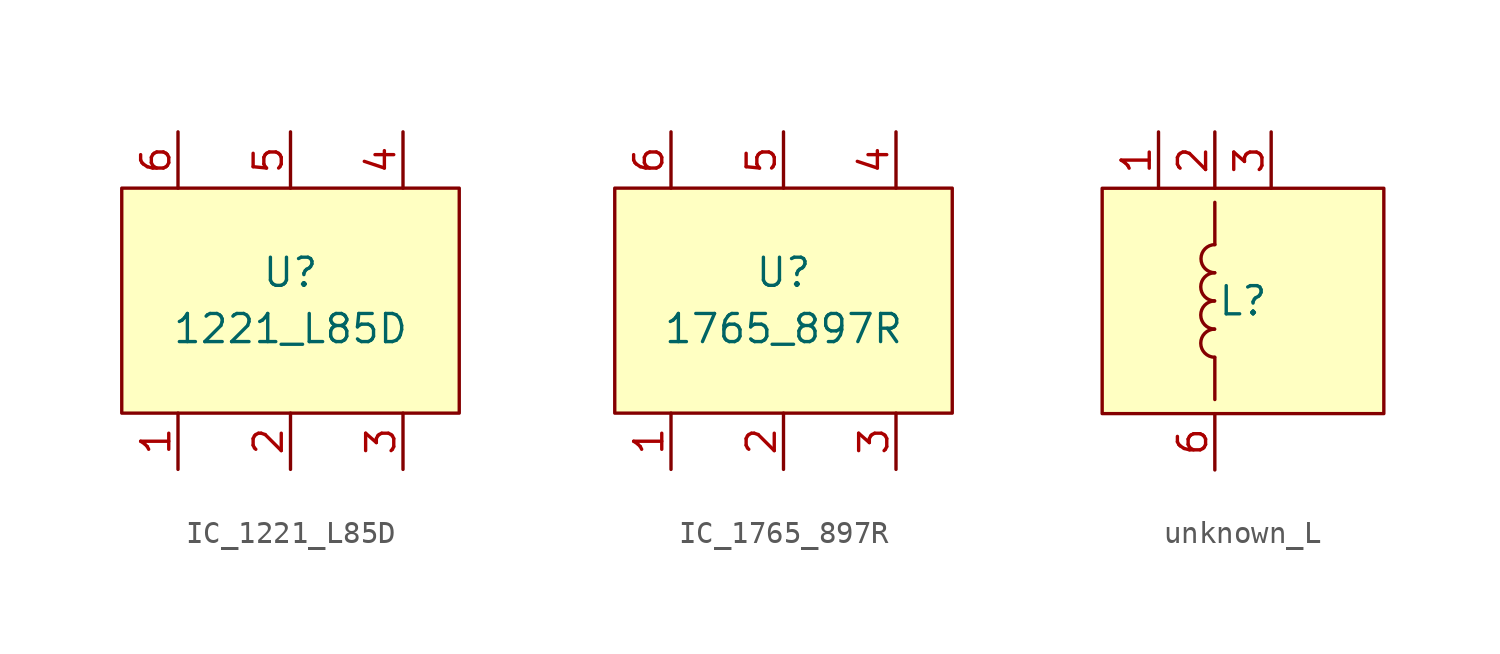
<source format=kicad_sym>
(kicad_symbol_lib
  (version 20220914)
  (generator kicad_symbol_editor)
  (symbol "IC_1221_L85D"
    (property "Reference" "U"
      (at 0 1.27 0)
      (effects (font (size 1.27 1.27))))
    (property "Value" "1221_L85D"
      (at 0 -1.27 0)
      (effects (font (size 1.27 1.27))))
    (symbol "IC_1221_L85D_1_1"
      (rectangle (start -7.62 5.08) (end 7.62 -5.08) (stroke (width 0) (type default)) (fill (type background)))
      (pin unspecified line (at -5.08 -7.62 90) (length 2.54) (name "" (effects (font (size 1.27 1.27)))) (number "1" (effects (font (size 1.27 1.27)))))
      (pin unspecified line (at 0 -7.62 90) (length 2.54) (name "" (effects (font (size 1.27 1.27)))) (number "2" (effects (font (size 1.27 1.27)))))
      (pin unspecified line (at 5.08 -7.62 90) (length 2.54) (name "" (effects (font (size 1.27 1.27)))) (number "3" (effects (font (size 1.27 1.27)))))
      (pin unspecified line (at 5.08 7.62 270) (length 2.54) (name "" (effects (font (size 1.27 1.27)))) (number "4" (effects (font (size 1.27 1.27)))))
      (pin unspecified line (at 0 7.62 270) (length 2.54) (name "" (effects (font (size 1.27 1.27)))) (number "5" (effects (font (size 1.27 1.27)))))
      (pin unspecified line (at -5.08 7.62 270) (length 2.54) (name "" (effects (font (size 1.27 1.27)))) (number "6" (effects (font (size 1.27 1.27)))))))
  (symbol "IC_1765_897R"
    (property "Reference" "U"
      (at 0 1.27 0)
      (effects (font (size 1.27 1.27))))
    (property "Value" "1765_897R"
      (at 0 -1.27 0)
      (effects (font (size 1.27 1.27))))
    (symbol "IC_1765_897R_1_1"
      (rectangle (start -7.62 5.08) (end 7.62 -5.08) (stroke (width 0) (type default)) (fill (type background)))
      (pin unspecified line (at -5.08 -7.62 90) (length 2.54) (name "" (effects (font (size 1.27 1.27)))) (number "1" (effects (font (size 1.27 1.27)))))
      (pin unspecified line (at 0 -7.62 90) (length 2.54) (name "" (effects (font (size 1.27 1.27)))) (number "2" (effects (font (size 1.27 1.27)))))
      (pin unspecified line (at 5.08 -7.62 90) (length 2.54) (name "" (effects (font (size 1.27 1.27)))) (number "3" (effects (font (size 1.27 1.27)))))
      (pin unspecified line (at 5.08 7.62 270) (length 2.54) (name "" (effects (font (size 1.27 1.27)))) (number "4" (effects (font (size 1.27 1.27)))))
      (pin unspecified line (at 0 7.62 270) (length 2.54) (name "" (effects (font (size 1.27 1.27)))) (number "5" (effects (font (size 1.27 1.27)))))
      (pin unspecified line (at -5.08 7.62 270) (length 2.54) (name "" (effects (font (size 1.27 1.27)))) (number "6" (effects (font (size 1.27 1.27)))))))
  (symbol "unknown_L"
    (property "Reference" "L"
      (at 0 0 0)
      (effects (font (size 1.27 1.27))))
    (property "Value" ""
      (at 0 0 0)
      (effects (font (size 1.27 1.27))))
    (symbol "unknown_L_0_1"
      (arc (start -1.2813 -1.27) (mid -1.9051 -1.905) (end -1.2813 -2.54) (stroke (width 0) (type default)) (fill (type none)))
      (arc (start -1.2813 0) (mid -1.9051 -0.635) (end -1.2813 -1.27) (stroke (width 0) (type default)) (fill (type none)))
      (arc (start -1.2813 1.27) (mid -1.9051 0.635) (end -1.2813 0) (stroke (width 0) (type default)) (fill (type none)))
      (arc (start -1.27 2.54) (mid -1.8938 1.905) (end -1.27 1.27) (stroke (width 0) (type default)) (fill (type none)))
      (polyline (pts (xy -1.27 -2.54) (xy -1.27 -4.445)) (stroke (width 0) (type default)) (fill (type none)))
      (polyline (pts (xy -1.27 2.54) (xy -1.27 4.445)) (stroke (width 0) (type default)) (fill (type none))))
    (symbol "unknown_L_1_1"
      (rectangle (start -6.35 5.08) (end 6.35 -5.08) (stroke (width 0) (type default)) (fill (type background)))
      (pin unspecified line (at -3.81 7.62 270) (length 2.54) (name "" (effects (font (size 1.27 1.27)))) (number "1" (effects (font (size 1.27 1.27)))))
      (pin unspecified line (at -1.27 7.62 270) (length 2.54) (name "" (effects (font (size 1.27 1.27)))) (number "2" (effects (font (size 1.27 1.27)))))
      (pin unspecified line (at 1.27 7.62 270) (length 2.54) (name "" (effects (font (size 1.27 1.27)))) (number "3" (effects (font (size 1.27 1.27)))))
      (pin no_connect line (at 3.81 7.62 270) (length 2.54) hide (name "" (effects (font (size 1.27 1.27)))) (number "4" (effects (font (size 1.27 1.27)))))
      (pin no_connect line (at -3.81 -7.62 90) (length 2.54) hide (name "" (effects (font (size 1.27 1.27)))) (number "5" (effects (font (size 1.27 1.27)))))
      (pin unspecified line (at -1.27 -7.62 90) (length 2.54) (name "" (effects (font (size 1.27 1.27)))) (number "6" (effects (font (size 1.27 1.27)))))
      (pin no_connect line (at 1.27 -7.62 90) (length 2.54) hide (name "" (effects (font (size 1.27 1.27)))) (number "7" (effects (font (size 1.27 1.27)))))
      (pin no_connect line (at 3.81 -7.62 90) (length 2.54) hide (name "" (effects (font (size 1.27 1.27)))) (number "8" (effects (font (size 1.27 1.27))))))))
</source>
